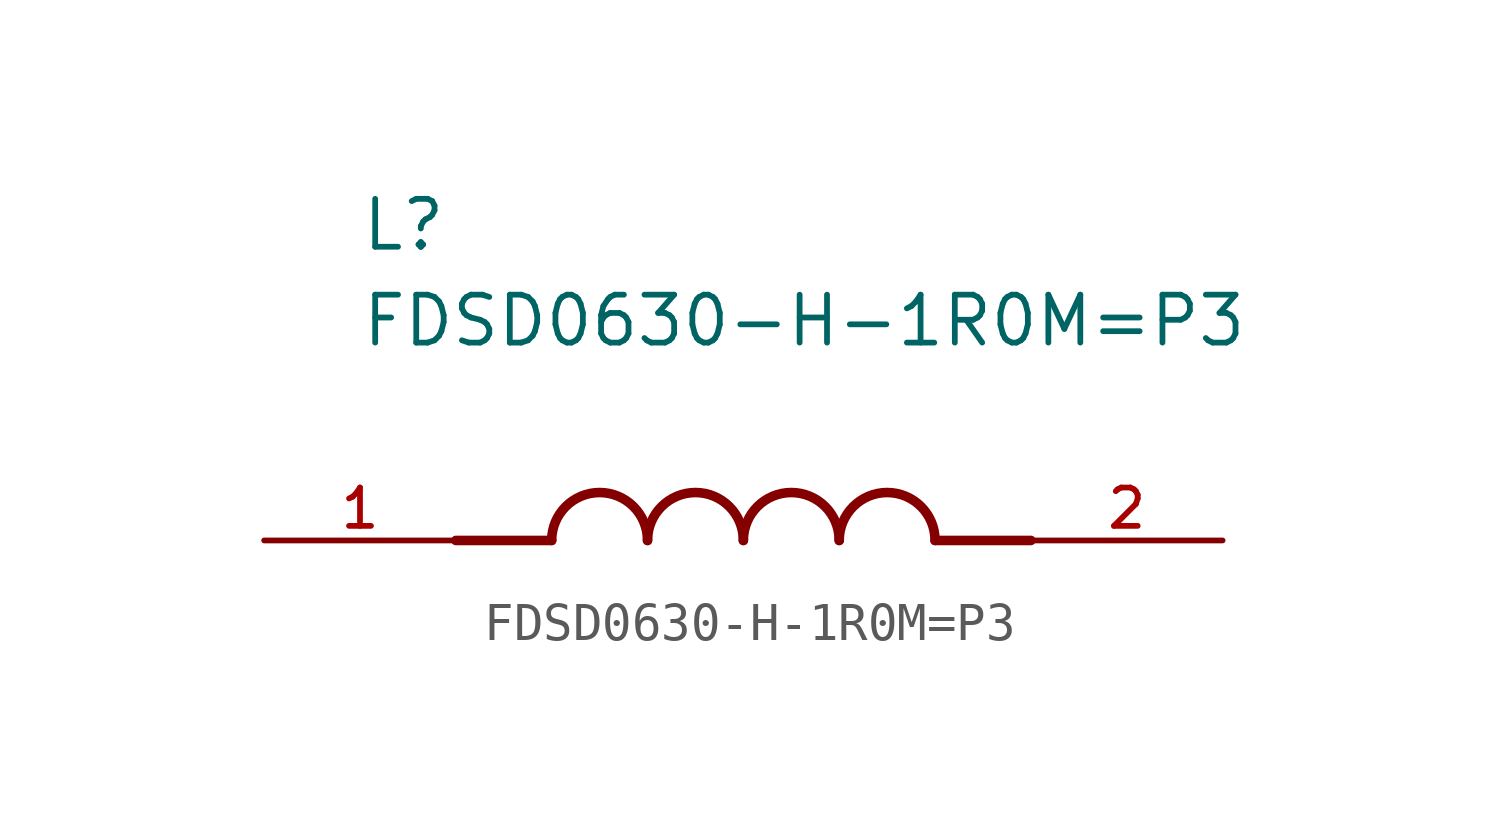
<source format=kicad_sym>
(kicad_symbol_lib
  (version 20211014)
  (generator kicad_symbol_editor)
  (symbol "FDSD0630-H-1R0M=P3"
    (pin_names
      (offset 1.016))
    (property "Reference" "L"
      (at -10.16 7.62 0)
      (effects (font (size 1.27 1.27)) (justify bottom left)))
    (property "Value" "FDSD0630-H-1R0M=P3"
      (at -10.16 5.08 0)
      (effects (font (size 1.27 1.27)) (justify bottom left)))
    (symbol "FDSD0630-H-1R0M=P3_0_0"
      (polyline (pts (xy -5.08 0.0) (xy -7.62 0.0)) (stroke (width 0.254)))
      (polyline (pts (xy 5.08 0.0) (xy 7.62 0.0)) (stroke (width 0.254)))
      (arc (start -2.54 0.0) (mid -3.81 1.27) (end -5.08 0.0) (stroke (width 0.254) (type default) (color 0 0 0 0)) (fill (type none)))
      (arc (start 0.0 0.0) (mid -1.27 1.27) (end -2.54 0.0) (stroke (width 0.254) (type default) (color 0 0 0 0)) (fill (type none)))
      (arc (start 2.54 0.0) (mid 1.27 1.27) (end 0.0 0.0) (stroke (width 0.254) (type default) (color 0 0 0 0)) (fill (type none)))
      (arc (start 5.08 0.0) (mid 3.81 1.27) (end 2.54 0.0) (stroke (width 0.254) (type default) (color 0 0 0 0)) (fill (type none)))
      (pin passive line (at -12.7 0.0 0) (length 5.08) (name "~" (effects (font (size 1.016 1.016)))) (number "1" (effects (font (size 1.016 1.016)))))
      (pin passive line (at 12.7 0.0 180.0) (length 5.08) (name "~" (effects (font (size 1.016 1.016)))) (number "2" (effects (font (size 1.016 1.016))))))))
</source>
